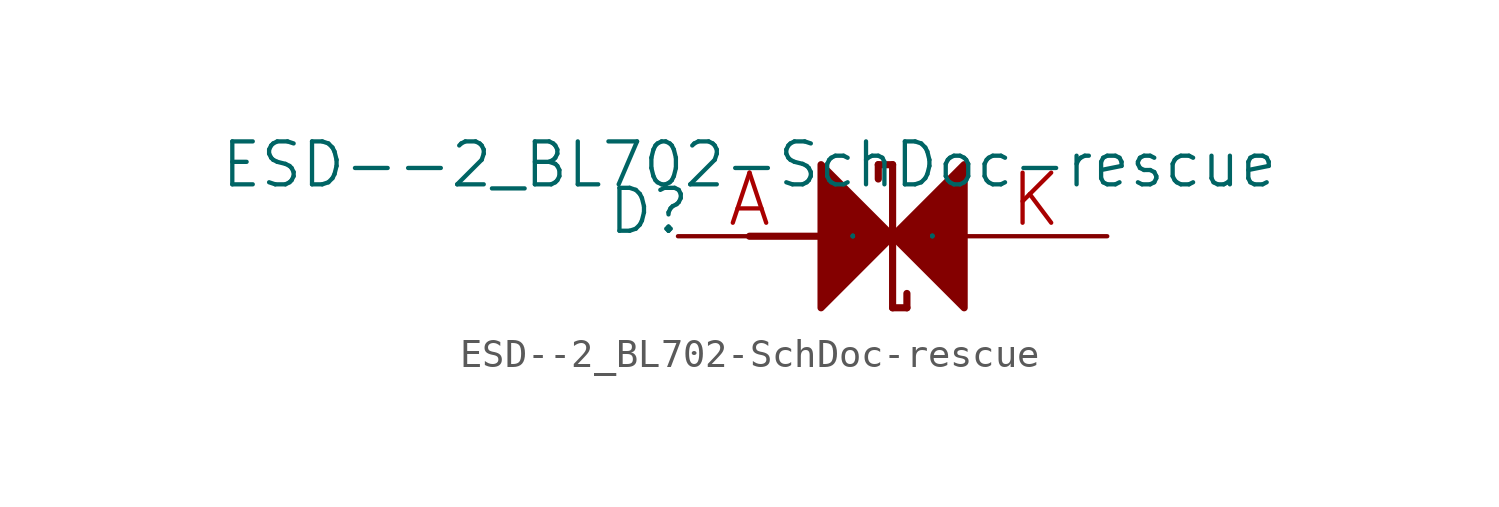
<source format=kicad_sym>
(kicad_symbol_lib
  (version 20210619)
  (generator kicad_symbol_editor)
  (symbol "ESD--2_BL702-SchDoc-rescue"
    (pin_names
      (offset 1.016))
    (property "Reference" "D"
      (at -5.08 -2.54 0)
      (effects (font (size 1.524 1.524)) (justify left bottom)))
    (property "Value" "ESD--2_BL702-SchDoc-rescue"
      (at 0 0 0)
      (effects (font (size 1.524 1.524))))
    (property "Footprint" ""
      (at 0 0 0)
      (effects (font (size 1.524 1.524))))
    (property "Datasheet" ""
      (at 0 0 0)
      (effects (font (size 1.524 1.524))))
    (symbol "ESD--2_BL702-SchDoc-rescue_0_1"
      (polyline (pts (xy 0 -2.54) (xy 2.54 -2.54)) (stroke (width 0.254)) (fill (type none)))
      (polyline (pts (xy 4.572 0) (xy 4.572 -0.508)) (stroke (width 0.254)) (fill (type none)))
      (polyline (pts (xy 5.08 -5.08) (xy 5.588 -5.08)) (stroke (width 0.254)) (fill (type none)))
      (polyline (pts (xy 5.08 -2.54) (xy 7.62 -2.54)) (stroke (width 0.254)) (fill (type none)))
      (polyline (pts (xy 5.08 0) (xy 4.572 0)) (stroke (width 0.254)) (fill (type none)))
      (polyline (pts (xy 5.08 0) (xy 5.08 -5.08)) (stroke (width 0.254)) (fill (type none)))
      (polyline (pts (xy 5.588 -5.08) (xy 5.588 -4.572)) (stroke (width 0.254)) (fill (type none)))
      (polyline (pts (xy 5.08 -2.54) (xy 2.54 -5.08) (xy 2.54 0) (xy 5.08 -2.54)) (stroke (width 0.254)) (fill (type outline)))
      (polyline (pts (xy 5.08 -2.54) (xy 7.62 -5.08) (xy 7.62 0) (xy 5.08 -2.54)) (stroke (width 0.254)) (fill (type outline)))
      (pin passive line (at -2.54 -2.54 0) (length 5.08) (name "A" (effects (font (size 0.025 0.025)))) (number "A" (effects (font (size 1.778 1.778)))))
      (pin passive line (at 12.7 -2.54 180) (length 5.08) (name "K" (effects (font (size 0.025 0.025)))) (number "K" (effects (font (size 1.778 1.778))))))))
</source>
